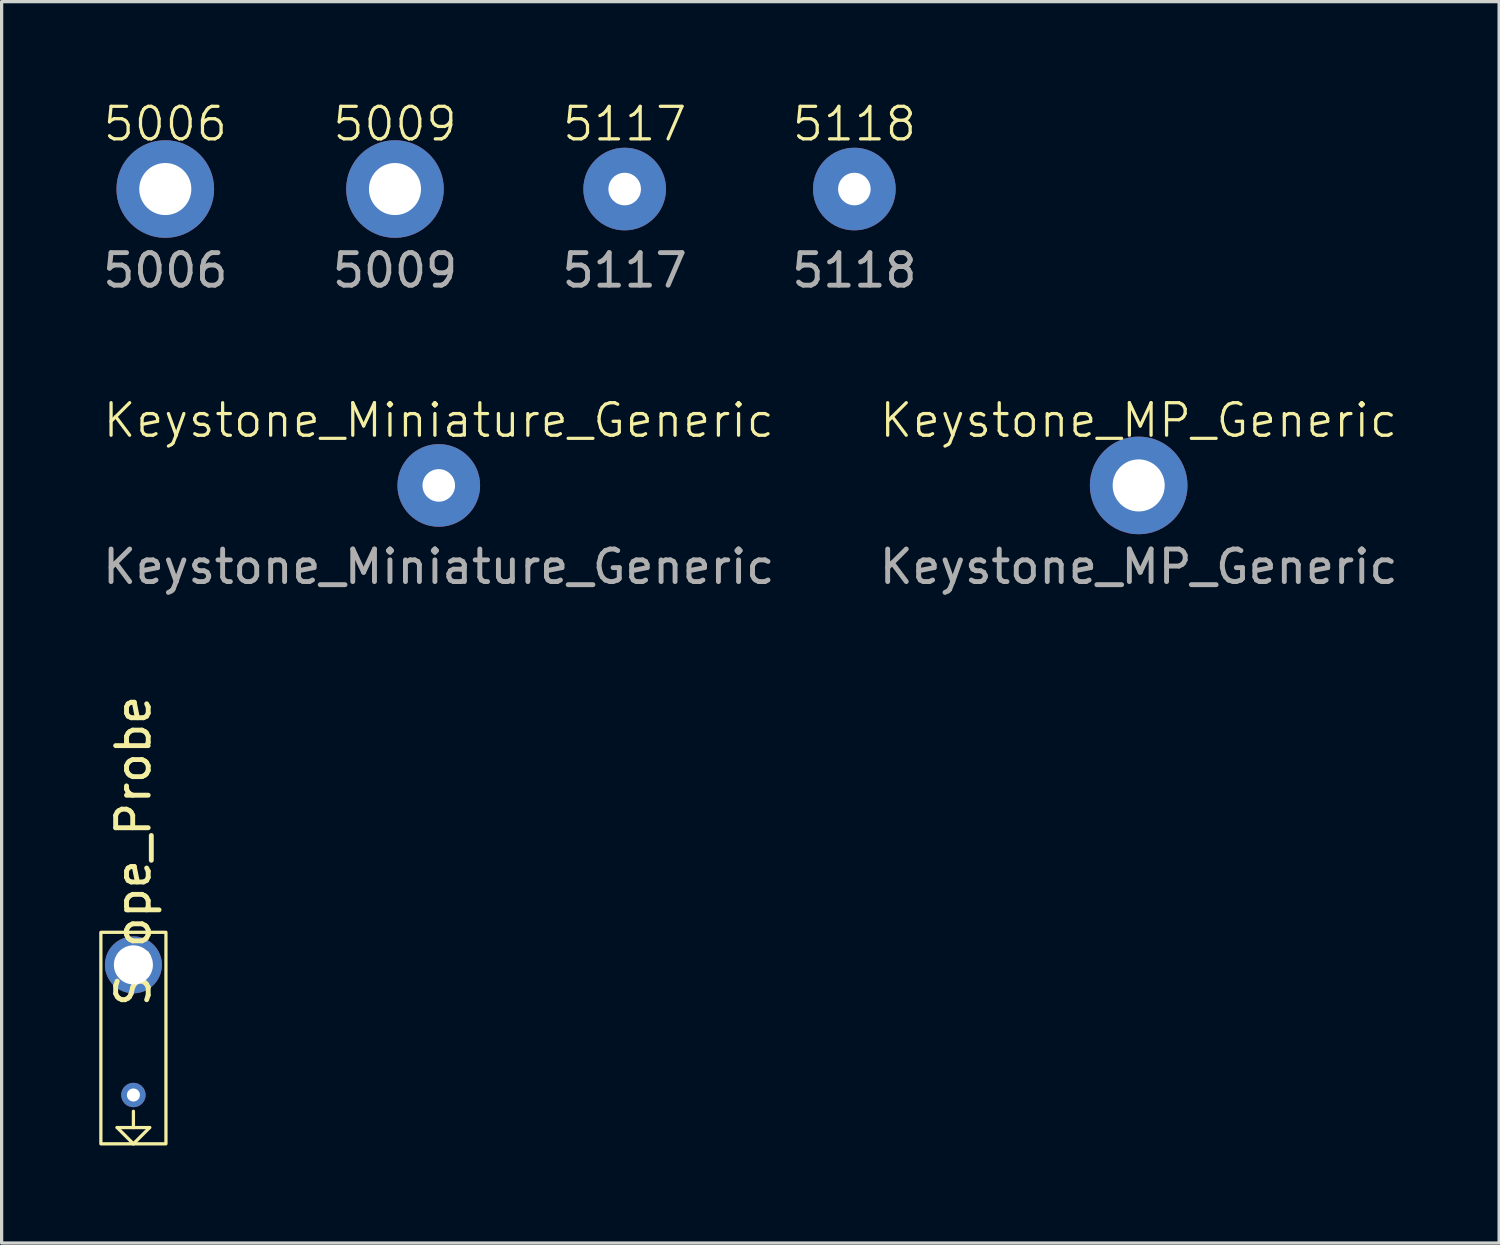
<source format=kicad_pcb>
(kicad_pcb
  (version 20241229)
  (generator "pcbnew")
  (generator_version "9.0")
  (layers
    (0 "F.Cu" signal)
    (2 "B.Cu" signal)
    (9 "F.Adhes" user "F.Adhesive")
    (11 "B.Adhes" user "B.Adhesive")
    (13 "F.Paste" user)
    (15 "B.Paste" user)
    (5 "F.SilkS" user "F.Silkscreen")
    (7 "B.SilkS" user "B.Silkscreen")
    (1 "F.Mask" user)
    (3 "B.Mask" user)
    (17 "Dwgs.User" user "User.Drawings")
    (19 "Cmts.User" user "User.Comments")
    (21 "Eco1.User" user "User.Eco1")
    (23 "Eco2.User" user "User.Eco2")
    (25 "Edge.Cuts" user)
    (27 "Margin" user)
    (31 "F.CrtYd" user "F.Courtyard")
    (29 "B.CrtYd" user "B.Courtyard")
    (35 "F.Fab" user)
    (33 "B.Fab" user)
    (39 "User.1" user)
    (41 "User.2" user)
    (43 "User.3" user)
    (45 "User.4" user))
  (footprint "5118"
    (layer "F.Cu")
    (at 23.208 2.76)
    (property "Reference" "5118" (at 0 -2 0) (unlocked yes) (layer "F.SilkS") (effects (font (size 1 1) (thickness 0.1))))
    (attr through_hole)
    (fp_text user "${REFERENCE}" (at 0 2.5 0) (unlocked yes) (layer "F.Fab") (effects (font (size 1 1) (thickness 0.15))))
    (pad "1" thru_hole circle (at 0 0) (size 2.54 2.54) (drill 1) (layers "*.Cu" "*.Mask")))
  (footprint "5117"
    (layer "F.Cu")
    (at 16.149 2.76)
    (property "Reference" "5117" (at 0 -2 0) (unlocked yes) (layer "F.SilkS") (effects (font (size 1 1) (thickness 0.1))))
    (attr through_hole)
    (fp_text user "${REFERENCE}" (at 0 2.5 0) (unlocked yes) (layer "F.Fab") (effects (font (size 1 1) (thickness 0.15))))
    (pad "1" thru_hole circle (at 0 0) (size 2.54 2.54) (drill 1) (layers "*.Cu" "*.Mask")))
  (footprint "5009"
    (layer "F.Cu")
    (at 9.089 2.76)
    (property "Reference" "5009" (at 0 -2 0) (unlocked yes) (layer "F.SilkS") (effects (font (size 1 1) (thickness 0.1))))
    (attr through_hole)
    (fp_text user "${REFERENCE}" (at 0 2.5 0) (unlocked yes) (layer "F.Fab") (effects (font (size 1 1) (thickness 0.15))))
    (pad "1" thru_hole circle (at 0 0) (size 3 3) (drill 1.6) (layers "*.Cu" "*.Mask")))
  (footprint "Keystone_Miniature_Generic"
    (layer "F.Cu")
    (at 10.435 11.869)
    (property "Reference" "Keystone_Miniature_Generic" (at 0 -2 0) (unlocked yes) (layer "F.SilkS") (effects (font (size 1 1) (thickness 0.1))))
    (attr through_hole)
    (fp_text user "${REFERENCE}" (at 0 2.5 0) (unlocked yes) (layer "F.Fab") (effects (font (size 1 1) (thickness 0.15))))
    (pad "1" thru_hole circle (at 0 0) (size 2.54 2.54) (drill 1) (layers "*.Cu" "*.Mask")))
  (footprint "5006"
    (layer "F.Cu")
    (at 2.03 2.76)
    (property "Reference" "5006" (at 0 -2 0) (unlocked yes) (layer "F.SilkS") (effects (font (size 1 1) (thickness 0.1))))
    (attr through_hole)
    (fp_text user "${REFERENCE}" (at 0 2.5 0) (unlocked yes) (layer "F.Fab") (effects (font (size 1 1) (thickness 0.15))))
    (pad "1" thru_hole circle (at 0 0) (size 3 3) (drill 1.6) (layers "*.Cu" "*.Mask")))
  (footprint "Keystone_MP_Generic"
    (layer "F.Cu")
    (at 31.946 11.869)
    (property "Reference" "Keystone_MP_Generic" (at 0 -2 0) (unlocked yes) (layer "F.SilkS") (effects (font (size 1 1) (thickness 0.1))))
    (attr through_hole)
    (fp_text user "${REFERENCE}" (at 0 2.5 0) (unlocked yes) (layer "F.Fab") (effects (font (size 1 1) (thickness 0.15))))
    (pad "1" thru_hole circle (at 0 0) (size 3 3) (drill 1.6) (layers "*.Cu" "*.Mask")))
  (footprint "Scope_Probe"
    (layer "F.Cu")
    (at 1.05 26.604)
    (property "Reference" "Scope_Probe" (at 0 -3.5 90) (unlocked yes) (layer "F.SilkS") (effects (font (size 1 1) (thickness 0.15))))
    (attr through_hole)
    (fp_line (start -0.5 5) (end 0 5.5) (stroke (width 0.1) (type default)) (layer "F.SilkS"))
    (fp_line (start 0 4.5) (end 0 5) (stroke (width 0.1) (type default)) (layer "F.SilkS"))
    (fp_line (start 0 5) (end -0.5 5) (stroke (width 0.1) (type default)) (layer "F.SilkS"))
    (fp_line (start 0 5.5) (end 0.5 5) (stroke (width 0.1) (type default)) (layer "F.SilkS"))
    (fp_line (start 0.5 5) (end 0 5) (stroke (width 0.1) (type default)) (layer "F.SilkS"))
    (fp_rect (start -1 -1) (end 1 5.5) (stroke (width 0.1) (type default)) (fill no) (layer "F.SilkS"))
    (pad "1" thru_hole circle (at 0 0) (size 1.75 1.75) (drill 1.2) (layers "*.Cu" "F.Mask"))
    (pad "2" thru_hole circle (at 0 4) (size 0.75 0.75) (drill 0.4) (layers "*.Cu" "F.Mask")))
  (gr_rect
    (start -3 -3)
    (end 43.024 35.154)
    (stroke (width 0.1) (type default))
    (fill no)
    (layer "Edge.Cuts")))
</source>
